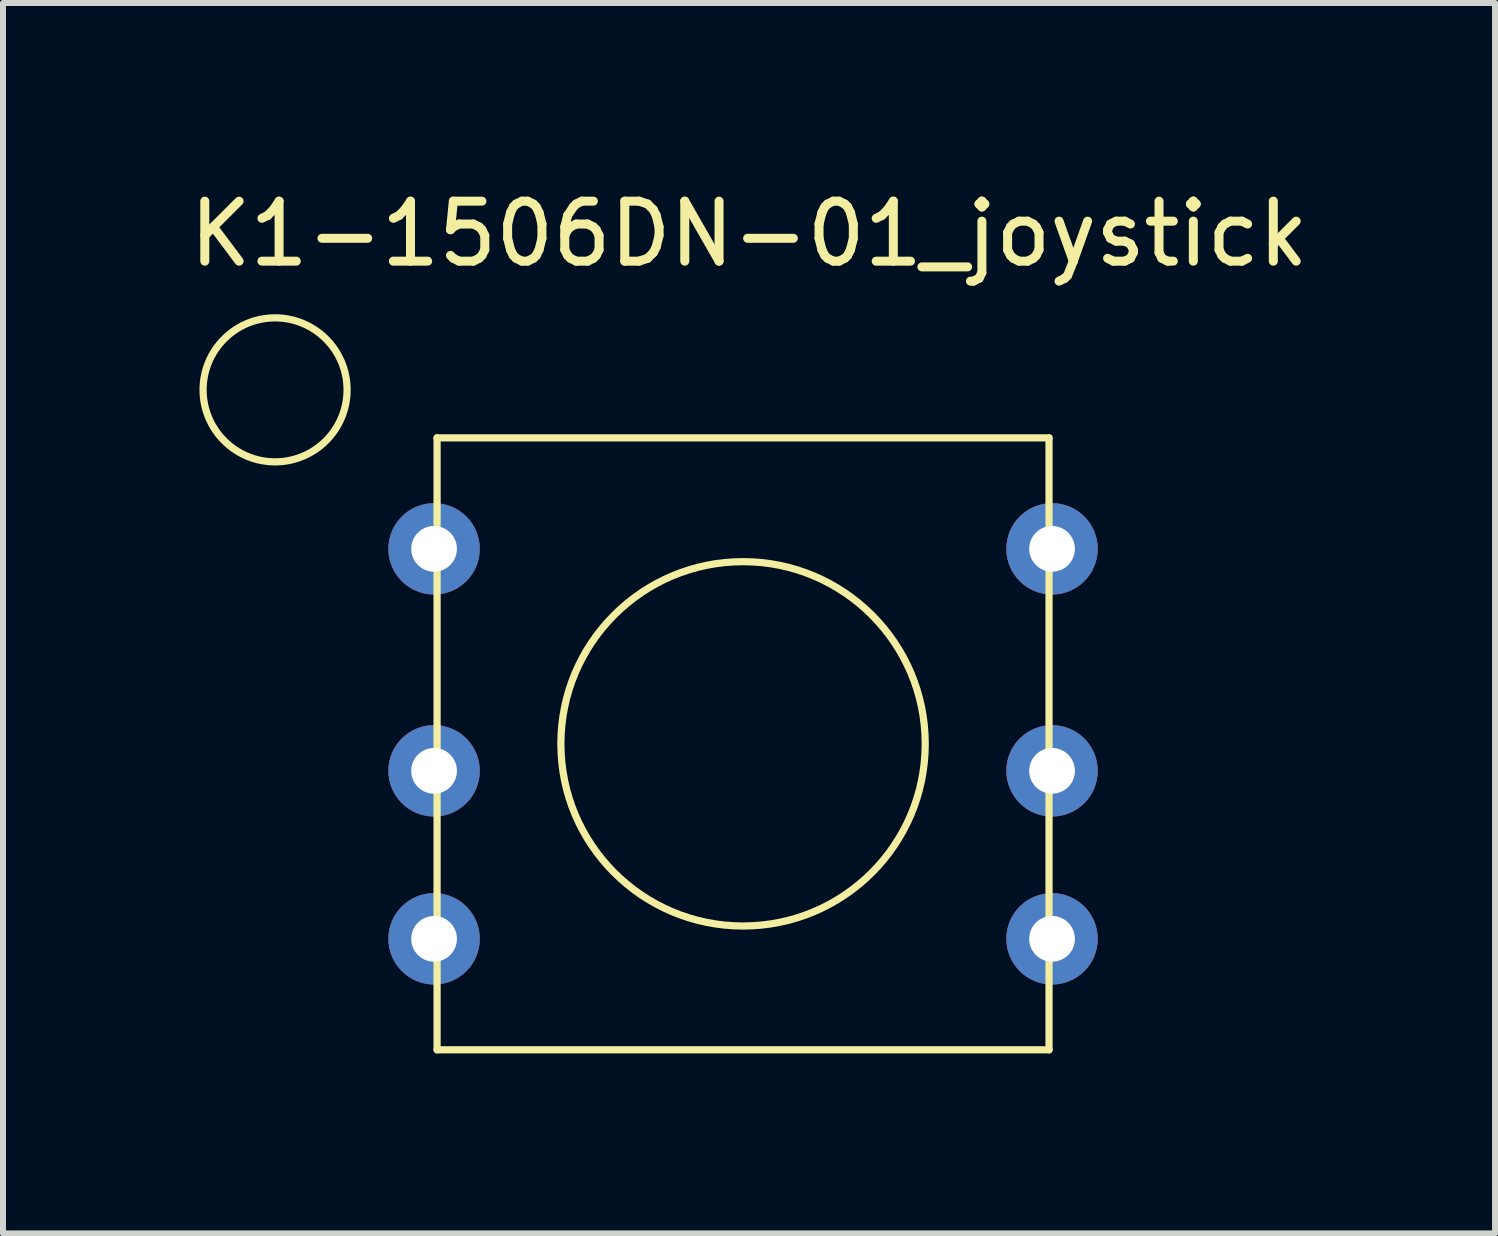
<source format=kicad_pcb>
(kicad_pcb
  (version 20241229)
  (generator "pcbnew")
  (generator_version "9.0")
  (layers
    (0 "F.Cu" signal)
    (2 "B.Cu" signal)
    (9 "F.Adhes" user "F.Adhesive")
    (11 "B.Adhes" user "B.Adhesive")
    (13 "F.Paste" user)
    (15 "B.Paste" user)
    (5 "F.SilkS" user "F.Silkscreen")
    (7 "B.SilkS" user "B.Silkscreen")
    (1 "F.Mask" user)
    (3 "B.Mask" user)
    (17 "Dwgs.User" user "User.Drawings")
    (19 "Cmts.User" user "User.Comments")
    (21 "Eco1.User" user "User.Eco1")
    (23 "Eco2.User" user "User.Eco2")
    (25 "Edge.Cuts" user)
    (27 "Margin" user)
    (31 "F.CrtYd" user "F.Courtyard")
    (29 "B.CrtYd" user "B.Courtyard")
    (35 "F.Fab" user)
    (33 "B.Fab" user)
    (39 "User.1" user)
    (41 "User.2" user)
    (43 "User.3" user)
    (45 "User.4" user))
  (footprint "K1-1506DN-01_joystick"
    (layer "F.Cu")
    (at 9.335 9.348)
    (property "Reference" "K1-1506DN-01_joystick" (at 0.1 -8.5 0) (layer "F.SilkS") (effects (font (size 1 1) (thickness 0.15))))
    (attr through_hole)
    (fp_line (start -5.1 -5.1) (end -5.1 5.1) (stroke (width 0.12) (type solid)) (layer "F.SilkS"))
    (fp_line (start -5.1 5.1) (end 5.1 5.1) (stroke (width 0.12) (type solid)) (layer "F.SilkS"))
    (fp_line (start 5.1 -5.1) (end -5.1 -5.1) (stroke (width 0.12) (type solid)) (layer "F.SilkS"))
    (fp_line (start 5.1 -5.1) (end 5.1 5.1) (stroke (width 0.12) (type solid)) (layer "F.SilkS"))
    (fp_circle (center -7.8 -5.9) (end -7.8 -7.1) (stroke (width 0.12) (type solid)) (fill no) (layer "F.SilkS"))
    (fp_circle (center 0 0) (end 0.9 -2.9) (stroke (width 0.12) (type solid)) (fill no) (layer "F.SilkS"))
    (pad "1" thru_hole circle (at -5.15 -3.25) (size 1.524 1.524) (drill 0.762) (layers "*.Cu" "*.Mask"))
    (pad "2" thru_hole circle (at -5.15 0.45) (size 1.524 1.524) (drill 0.762) (layers "*.Cu" "*.Mask"))
    (pad "3" thru_hole circle (at -5.15 3.25) (size 1.524 1.524) (drill 0.762) (layers "*.Cu" "*.Mask"))
    (pad "4" thru_hole circle (at 5.15 3.25) (size 1.524 1.524) (drill 0.762) (layers "*.Cu" "*.Mask"))
    (pad "5" thru_hole circle (at 5.15 0.45) (size 1.524 1.524) (drill 0.762) (layers "*.Cu" "*.Mask"))
    (pad "6" thru_hole circle (at 5.15 -3.25) (size 1.524 1.524) (drill 0.762) (layers "*.Cu" "*.Mask")))
  (gr_rect
    (start -3 -3)
    (end 21.869 17.508)
    (stroke (width 0.1) (type default))
    (fill no)
    (layer "Edge.Cuts")))
</source>
